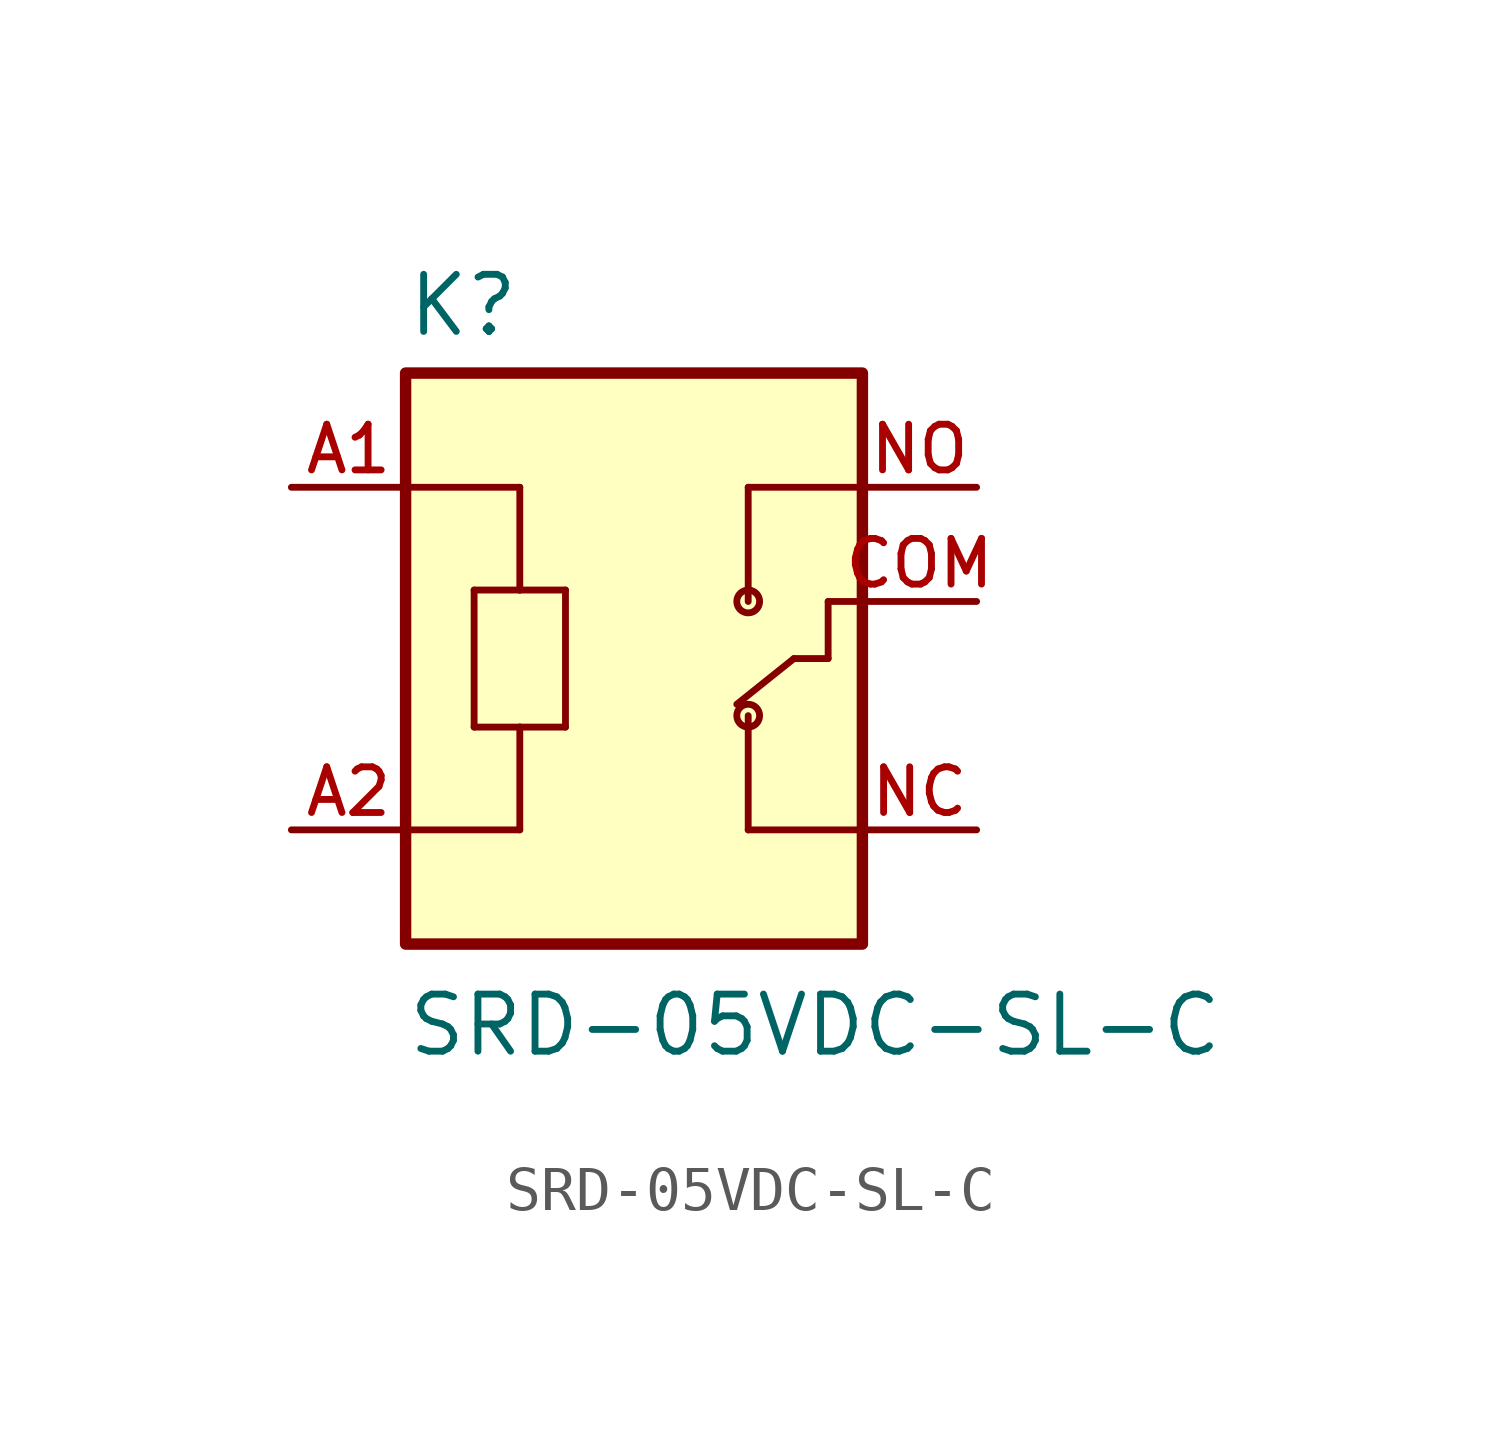
<source format=kicad_sym>
(kicad_symbol_lib
  (version 20231120)
  (generator "kicad_symbol_editor")
  (generator_version "8.0")
  (symbol "SRD-05VDC-SL-C"
    (pin_names
      (offset 1.016))
    (property "Reference" "K"
      (at -5.081 5.843 0)
      (effects (font (size 1.27 1.27)) (justify left bottom)))
    (property "Value" "SRD-05VDC-SL-C"
      (at -5.083 -10.166 0)
      (effects (font (size 1.27 1.27)) (justify left bottom)))
    (symbol "SRD-05VDC-SL-C_0_0"
      (rectangle (start -5.08 -7.62) (end 5.08 5.08) (stroke (width 0.254) (type default)) (fill (type background)))
      (polyline (pts (xy -5.08 2.54) (xy -2.54 2.54)) (stroke (width 0.152) (type default)) (fill (type none)))
      (polyline (pts (xy -3.556 -2.794) (xy -2.54 -2.794)) (stroke (width 0.152) (type default)) (fill (type none)))
      (polyline (pts (xy -3.556 0.254) (xy -3.556 -2.794)) (stroke (width 0.152) (type default)) (fill (type none)))
      (polyline (pts (xy -2.54 -5.08) (xy -5.08 -5.08)) (stroke (width 0.152) (type default)) (fill (type none)))
      (polyline (pts (xy -2.54 -2.794) (xy -2.54 -5.08)) (stroke (width 0.152) (type default)) (fill (type none)))
      (polyline (pts (xy -2.54 -2.794) (xy -1.524 -2.794)) (stroke (width 0.152) (type default)) (fill (type none)))
      (polyline (pts (xy -2.54 0.254) (xy -3.556 0.254)) (stroke (width 0.152) (type default)) (fill (type none)))
      (polyline (pts (xy -2.54 2.54) (xy -2.54 0.254)) (stroke (width 0.152) (type default)) (fill (type none)))
      (polyline (pts (xy -1.524 -2.794) (xy -1.524 0.254)) (stroke (width 0.152) (type default)) (fill (type none)))
      (polyline (pts (xy -1.524 0.254) (xy -2.54 0.254)) (stroke (width 0.152) (type default)) (fill (type none)))
      (polyline (pts (xy 2.54 -5.08) (xy 5.08 -5.08)) (stroke (width 0.152) (type default)) (fill (type none)))
      (polyline (pts (xy 2.54 -2.54) (xy 2.54 -5.08)) (stroke (width 0.152) (type default)) (fill (type none)))
      (polyline (pts (xy 2.54 2.54) (xy 2.54 0)) (stroke (width 0.152) (type default)) (fill (type none)))
      (polyline (pts (xy 3.556 -1.27) (xy 2.286 -2.286)) (stroke (width 0.152) (type default)) (fill (type none)))
      (polyline (pts (xy 3.556 -1.27) (xy 4.318 -1.27)) (stroke (width 0.152) (type default)) (fill (type none)))
      (polyline (pts (xy 4.318 -1.27) (xy 4.318 0)) (stroke (width 0.152) (type default)) (fill (type none)))
      (polyline (pts (xy 4.318 0) (xy 5.08 0)) (stroke (width 0.152) (type default)) (fill (type none)))
      (polyline (pts (xy 5.08 2.54) (xy 2.54 2.54)) (stroke (width 0.152) (type default)) (fill (type none)))
      (circle (center 2.54 -2.54) (radius 0.254) (stroke (width 0.152) (type default)) (fill (type none)))
      (circle (center 2.54 0) (radius 0.254) (stroke (width 0.152) (type default)) (fill (type none)))
      (pin passive line (at -7.62 2.54 0) (length 2.54) (name "~" (effects (font (size 1.016 1.016)))) (number "A1" (effects (font (size 1.016 1.016)))))
      (pin passive line (at -7.62 -5.08 0) (length 2.54) (name "~" (effects (font (size 1.016 1.016)))) (number "A2" (effects (font (size 1.016 1.016)))))
      (pin passive line (at 7.62 0 180) (length 2.54) (name "~" (effects (font (size 1.016 1.016)))) (number "COM" (effects (font (size 1.016 1.016)))))
      (pin passive line (at 7.62 -5.08 180) (length 2.54) (name "~" (effects (font (size 1.016 1.016)))) (number "NC" (effects (font (size 1.016 1.016)))))
      (pin passive line (at 7.62 2.54 180) (length 2.54) (name "~" (effects (font (size 1.016 1.016)))) (number "NO" (effects (font (size 1.016 1.016))))))))
</source>
